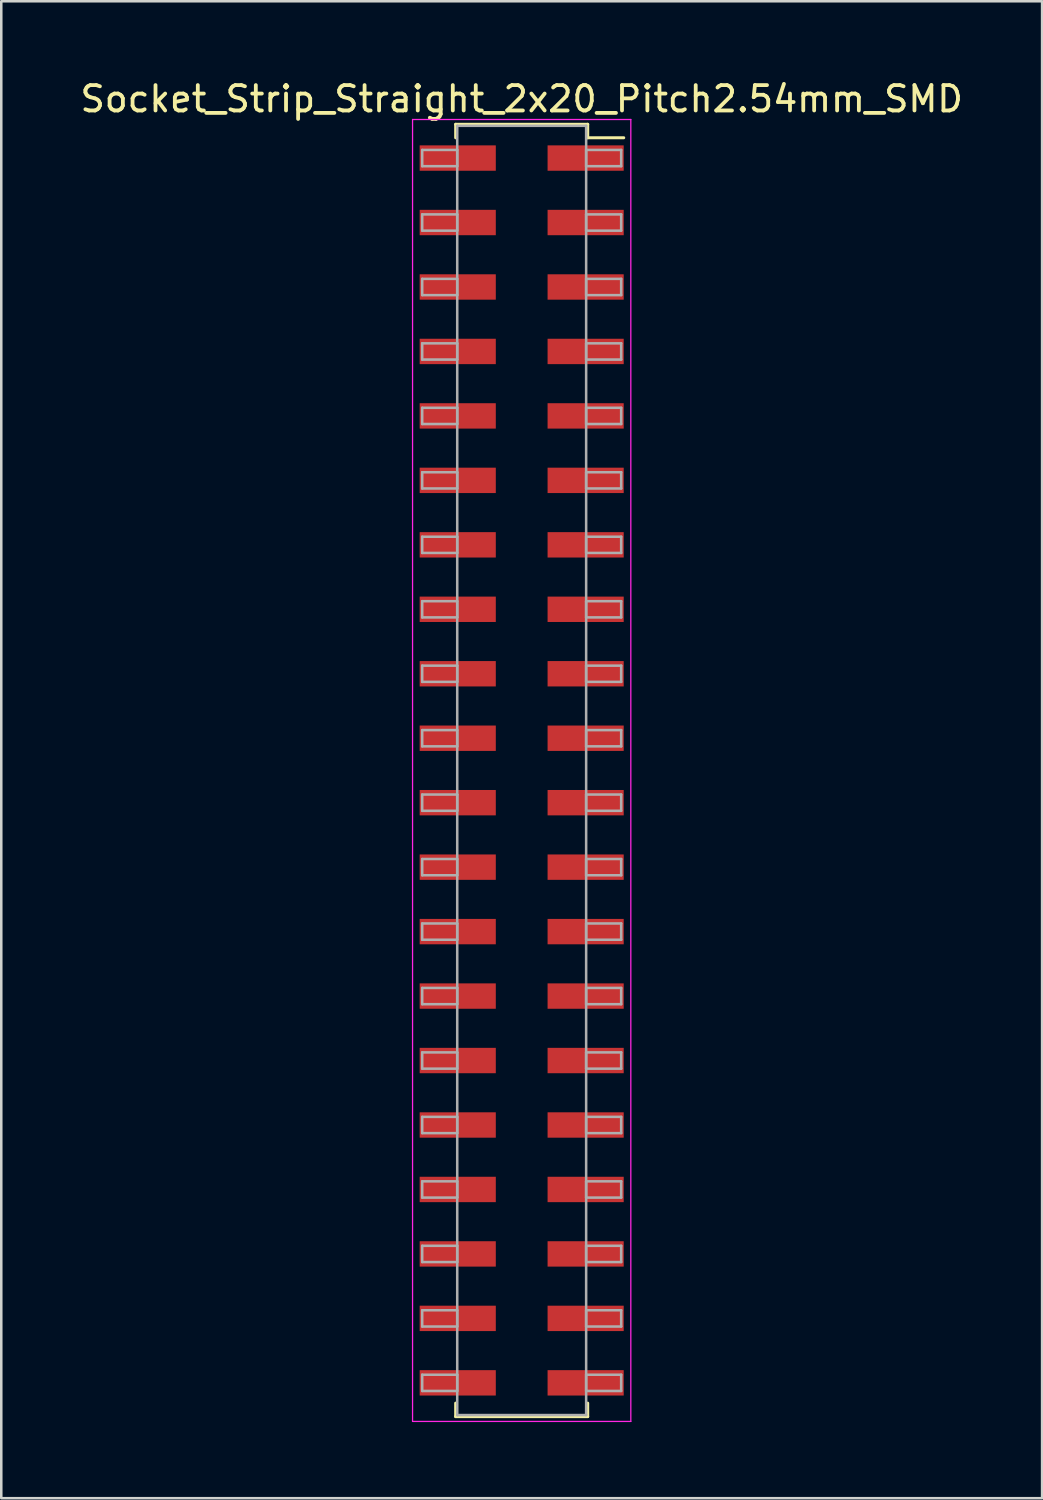
<source format=kicad_pcb>
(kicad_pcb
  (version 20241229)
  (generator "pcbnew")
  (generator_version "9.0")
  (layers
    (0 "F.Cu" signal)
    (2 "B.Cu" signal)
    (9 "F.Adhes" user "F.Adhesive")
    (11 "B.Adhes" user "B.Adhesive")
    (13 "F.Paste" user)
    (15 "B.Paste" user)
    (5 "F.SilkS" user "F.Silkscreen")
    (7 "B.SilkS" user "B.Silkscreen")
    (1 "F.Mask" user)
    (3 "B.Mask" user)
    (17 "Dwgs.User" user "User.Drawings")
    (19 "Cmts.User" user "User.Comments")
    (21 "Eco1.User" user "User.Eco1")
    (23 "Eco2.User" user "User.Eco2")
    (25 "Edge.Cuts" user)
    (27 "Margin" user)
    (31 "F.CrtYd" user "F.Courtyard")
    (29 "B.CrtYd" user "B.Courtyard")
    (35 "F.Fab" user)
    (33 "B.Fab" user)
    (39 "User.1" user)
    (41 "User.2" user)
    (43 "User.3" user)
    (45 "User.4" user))
  (footprint "Socket_Strip_Straight_2x20_Pitch2.54mm_SMD"
    (layer "F.Cu")
    (at 17.506 27.308)
    (property "Reference" "Socket_Strip_Straight_2x20_Pitch2.54mm_SMD" (at 0 -26.46 0) (layer "F.SilkS") (effects (font (size 1 1) (thickness 0.15))))
    (attr smd)
    (fp_line (start -2.6 -25.46) (end 2.6 -25.46) (stroke (width 0.12) (type solid)) (layer "F.SilkS"))
    (fp_line (start -2.6 -24.93) (end -2.6 -25.46) (stroke (width 0.12) (type solid)) (layer "F.SilkS"))
    (fp_line (start -2.6 24.93) (end -2.6 25.46) (stroke (width 0.12) (type solid)) (layer "F.SilkS"))
    (fp_line (start -2.6 25.46) (end 2.6 25.46) (stroke (width 0.12) (type solid)) (layer "F.SilkS"))
    (fp_line (start 2.6 -25.46) (end 2.6 -24.93) (stroke (width 0.12) (type solid)) (layer "F.SilkS"))
    (fp_line (start 2.6 25.46) (end 2.6 24.93) (stroke (width 0.12) (type solid)) (layer "F.SilkS"))
    (fp_line (start 4.02 -24.93) (end 2.6 -24.93) (stroke (width 0.12) (type solid)) (layer "F.SilkS"))
    (fp_line (start -4.3 -25.65) (end -4.3 25.65) (stroke (width 0.05) (type solid)) (layer "F.CrtYd"))
    (fp_line (start -4.3 25.65) (end 4.3 25.65) (stroke (width 0.05) (type solid)) (layer "F.CrtYd"))
    (fp_line (start 4.3 -25.65) (end -4.3 -25.65) (stroke (width 0.05) (type solid)) (layer "F.CrtYd"))
    (fp_line (start 4.3 25.65) (end 4.3 -25.65) (stroke (width 0.05) (type solid)) (layer "F.CrtYd"))
    (fp_line (start -3.92 -24.45) (end -2.54 -24.45) (stroke (width 0.1) (type solid)) (layer "F.Fab"))
    (fp_line (start -3.92 -23.81) (end -3.92 -24.45) (stroke (width 0.1) (type solid)) (layer "F.Fab"))
    (fp_line (start -3.92 -21.91) (end -2.54 -21.91) (stroke (width 0.1) (type solid)) (layer "F.Fab"))
    (fp_line (start -3.92 -21.27) (end -3.92 -21.91) (stroke (width 0.1) (type solid)) (layer "F.Fab"))
    (fp_line (start -3.92 -19.37) (end -2.54 -19.37) (stroke (width 0.1) (type solid)) (layer "F.Fab"))
    (fp_line (start -3.92 -18.73) (end -3.92 -19.37) (stroke (width 0.1) (type solid)) (layer "F.Fab"))
    (fp_line (start -3.92 -16.83) (end -2.54 -16.83) (stroke (width 0.1) (type solid)) (layer "F.Fab"))
    (fp_line (start -3.92 -16.19) (end -3.92 -16.83) (stroke (width 0.1) (type solid)) (layer "F.Fab"))
    (fp_line (start -3.92 -14.29) (end -2.54 -14.29) (stroke (width 0.1) (type solid)) (layer "F.Fab"))
    (fp_line (start -3.92 -13.65) (end -3.92 -14.29) (stroke (width 0.1) (type solid)) (layer "F.Fab"))
    (fp_line (start -3.92 -11.75) (end -2.54 -11.75) (stroke (width 0.1) (type solid)) (layer "F.Fab"))
    (fp_line (start -3.92 -11.11) (end -3.92 -11.75) (stroke (width 0.1) (type solid)) (layer "F.Fab"))
    (fp_line (start -3.92 -9.21) (end -2.54 -9.21) (stroke (width 0.1) (type solid)) (layer "F.Fab"))
    (fp_line (start -3.92 -8.57) (end -3.92 -9.21) (stroke (width 0.1) (type solid)) (layer "F.Fab"))
    (fp_line (start -3.92 -6.67) (end -2.54 -6.67) (stroke (width 0.1) (type solid)) (layer "F.Fab"))
    (fp_line (start -3.92 -6.03) (end -3.92 -6.67) (stroke (width 0.1) (type solid)) (layer "F.Fab"))
    (fp_line (start -3.92 -4.13) (end -2.54 -4.13) (stroke (width 0.1) (type solid)) (layer "F.Fab"))
    (fp_line (start -3.92 -3.49) (end -3.92 -4.13) (stroke (width 0.1) (type solid)) (layer "F.Fab"))
    (fp_line (start -3.92 -1.59) (end -2.54 -1.59) (stroke (width 0.1) (type solid)) (layer "F.Fab"))
    (fp_line (start -3.92 -0.95) (end -3.92 -1.59) (stroke (width 0.1) (type solid)) (layer "F.Fab"))
    (fp_line (start -3.92 0.95) (end -2.54 0.95) (stroke (width 0.1) (type solid)) (layer "F.Fab"))
    (fp_line (start -3.92 1.59) (end -3.92 0.95) (stroke (width 0.1) (type solid)) (layer "F.Fab"))
    (fp_line (start -3.92 3.49) (end -2.54 3.49) (stroke (width 0.1) (type solid)) (layer "F.Fab"))
    (fp_line (start -3.92 4.13) (end -3.92 3.49) (stroke (width 0.1) (type solid)) (layer "F.Fab"))
    (fp_line (start -3.92 6.03) (end -2.54 6.03) (stroke (width 0.1) (type solid)) (layer "F.Fab"))
    (fp_line (start -3.92 6.67) (end -3.92 6.03) (stroke (width 0.1) (type solid)) (layer "F.Fab"))
    (fp_line (start -3.92 8.57) (end -2.54 8.57) (stroke (width 0.1) (type solid)) (layer "F.Fab"))
    (fp_line (start -3.92 9.21) (end -3.92 8.57) (stroke (width 0.1) (type solid)) (layer "F.Fab"))
    (fp_line (start -3.92 11.11) (end -2.54 11.11) (stroke (width 0.1) (type solid)) (layer "F.Fab"))
    (fp_line (start -3.92 11.75) (end -3.92 11.11) (stroke (width 0.1) (type solid)) (layer "F.Fab"))
    (fp_line (start -3.92 13.65) (end -2.54 13.65) (stroke (width 0.1) (type solid)) (layer "F.Fab"))
    (fp_line (start -3.92 14.29) (end -3.92 13.65) (stroke (width 0.1) (type solid)) (layer "F.Fab"))
    (fp_line (start -3.92 16.19) (end -2.54 16.19) (stroke (width 0.1) (type solid)) (layer "F.Fab"))
    (fp_line (start -3.92 16.83) (end -3.92 16.19) (stroke (width 0.1) (type solid)) (layer "F.Fab"))
    (fp_line (start -3.92 18.73) (end -2.54 18.73) (stroke (width 0.1) (type solid)) (layer "F.Fab"))
    (fp_line (start -3.92 19.37) (end -3.92 18.73) (stroke (width 0.1) (type solid)) (layer "F.Fab"))
    (fp_line (start -3.92 21.27) (end -2.54 21.27) (stroke (width 0.1) (type solid)) (layer "F.Fab"))
    (fp_line (start -3.92 21.91) (end -3.92 21.27) (stroke (width 0.1) (type solid)) (layer "F.Fab"))
    (fp_line (start -3.92 23.81) (end -2.54 23.81) (stroke (width 0.1) (type solid)) (layer "F.Fab"))
    (fp_line (start -3.92 24.45) (end -3.92 23.81) (stroke (width 0.1) (type solid)) (layer "F.Fab"))
    (fp_line (start -2.54 -25.4) (end -2.54 25.4) (stroke (width 0.1) (type solid)) (layer "F.Fab"))
    (fp_line (start -2.54 -24.45) (end -2.54 -23.81) (stroke (width 0.1) (type solid)) (layer "F.Fab"))
    (fp_line (start -2.54 -23.81) (end -3.92 -23.81) (stroke (width 0.1) (type solid)) (layer "F.Fab"))
    (fp_line (start -2.54 -21.91) (end -2.54 -21.27) (stroke (width 0.1) (type solid)) (layer "F.Fab"))
    (fp_line (start -2.54 -21.27) (end -3.92 -21.27) (stroke (width 0.1) (type solid)) (layer "F.Fab"))
    (fp_line (start -2.54 -19.37) (end -2.54 -18.73) (stroke (width 0.1) (type solid)) (layer "F.Fab"))
    (fp_line (start -2.54 -18.73) (end -3.92 -18.73) (stroke (width 0.1) (type solid)) (layer "F.Fab"))
    (fp_line (start -2.54 -16.83) (end -2.54 -16.19) (stroke (width 0.1) (type solid)) (layer "F.Fab"))
    (fp_line (start -2.54 -16.19) (end -3.92 -16.19) (stroke (width 0.1) (type solid)) (layer "F.Fab"))
    (fp_line (start -2.54 -14.29) (end -2.54 -13.65) (stroke (width 0.1) (type solid)) (layer "F.Fab"))
    (fp_line (start -2.54 -13.65) (end -3.92 -13.65) (stroke (width 0.1) (type solid)) (layer "F.Fab"))
    (fp_line (start -2.54 -11.75) (end -2.54 -11.11) (stroke (width 0.1) (type solid)) (layer "F.Fab"))
    (fp_line (start -2.54 -11.11) (end -3.92 -11.11) (stroke (width 0.1) (type solid)) (layer "F.Fab"))
    (fp_line (start -2.54 -9.21) (end -2.54 -8.57) (stroke (width 0.1) (type solid)) (layer "F.Fab"))
    (fp_line (start -2.54 -8.57) (end -3.92 -8.57) (stroke (width 0.1) (type solid)) (layer "F.Fab"))
    (fp_line (start -2.54 -6.67) (end -2.54 -6.03) (stroke (width 0.1) (type solid)) (layer "F.Fab"))
    (fp_line (start -2.54 -6.03) (end -3.92 -6.03) (stroke (width 0.1) (type solid)) (layer "F.Fab"))
    (fp_line (start -2.54 -4.13) (end -2.54 -3.49) (stroke (width 0.1) (type solid)) (layer "F.Fab"))
    (fp_line (start -2.54 -3.49) (end -3.92 -3.49) (stroke (width 0.1) (type solid)) (layer "F.Fab"))
    (fp_line (start -2.54 -1.59) (end -2.54 -0.95) (stroke (width 0.1) (type solid)) (layer "F.Fab"))
    (fp_line (start -2.54 -0.95) (end -3.92 -0.95) (stroke (width 0.1) (type solid)) (layer "F.Fab"))
    (fp_line (start -2.54 0.95) (end -2.54 1.59) (stroke (width 0.1) (type solid)) (layer "F.Fab"))
    (fp_line (start -2.54 1.59) (end -3.92 1.59) (stroke (width 0.1) (type solid)) (layer "F.Fab"))
    (fp_line (start -2.54 3.49) (end -2.54 4.13) (stroke (width 0.1) (type solid)) (layer "F.Fab"))
    (fp_line (start -2.54 4.13) (end -3.92 4.13) (stroke (width 0.1) (type solid)) (layer "F.Fab"))
    (fp_line (start -2.54 6.03) (end -2.54 6.67) (stroke (width 0.1) (type solid)) (layer "F.Fab"))
    (fp_line (start -2.54 6.67) (end -3.92 6.67) (stroke (width 0.1) (type solid)) (layer "F.Fab"))
    (fp_line (start -2.54 8.57) (end -2.54 9.21) (stroke (width 0.1) (type solid)) (layer "F.Fab"))
    (fp_line (start -2.54 9.21) (end -3.92 9.21) (stroke (width 0.1) (type solid)) (layer "F.Fab"))
    (fp_line (start -2.54 11.11) (end -2.54 11.75) (stroke (width 0.1) (type solid)) (layer "F.Fab"))
    (fp_line (start -2.54 11.75) (end -3.92 11.75) (stroke (width 0.1) (type solid)) (layer "F.Fab"))
    (fp_line (start -2.54 13.65) (end -2.54 14.29) (stroke (width 0.1) (type solid)) (layer "F.Fab"))
    (fp_line (start -2.54 14.29) (end -3.92 14.29) (stroke (width 0.1) (type solid)) (layer "F.Fab"))
    (fp_line (start -2.54 16.19) (end -2.54 16.83) (stroke (width 0.1) (type solid)) (layer "F.Fab"))
    (fp_line (start -2.54 16.83) (end -3.92 16.83) (stroke (width 0.1) (type solid)) (layer "F.Fab"))
    (fp_line (start -2.54 18.73) (end -2.54 19.37) (stroke (width 0.1) (type solid)) (layer "F.Fab"))
    (fp_line (start -2.54 19.37) (end -3.92 19.37) (stroke (width 0.1) (type solid)) (layer "F.Fab"))
    (fp_line (start -2.54 21.27) (end -2.54 21.91) (stroke (width 0.1) (type solid)) (layer "F.Fab"))
    (fp_line (start -2.54 21.91) (end -3.92 21.91) (stroke (width 0.1) (type solid)) (layer "F.Fab"))
    (fp_line (start -2.54 23.81) (end -2.54 24.45) (stroke (width 0.1) (type solid)) (layer "F.Fab"))
    (fp_line (start -2.54 24.45) (end -3.92 24.45) (stroke (width 0.1) (type solid)) (layer "F.Fab"))
    (fp_line (start -2.54 25.4) (end 2.54 25.4) (stroke (width 0.1) (type solid)) (layer "F.Fab"))
    (fp_line (start 2.54 -25.4) (end -2.54 -25.4) (stroke (width 0.1) (type solid)) (layer "F.Fab"))
    (fp_line (start 2.54 -24.45) (end 2.54 -23.81) (stroke (width 0.1) (type solid)) (layer "F.Fab"))
    (fp_line (start 2.54 -23.81) (end 3.92 -23.81) (stroke (width 0.1) (type solid)) (layer "F.Fab"))
    (fp_line (start 2.54 -21.91) (end 2.54 -21.27) (stroke (width 0.1) (type solid)) (layer "F.Fab"))
    (fp_line (start 2.54 -21.27) (end 3.92 -21.27) (stroke (width 0.1) (type solid)) (layer "F.Fab"))
    (fp_line (start 2.54 -19.37) (end 2.54 -18.73) (stroke (width 0.1) (type solid)) (layer "F.Fab"))
    (fp_line (start 2.54 -18.73) (end 3.92 -18.73) (stroke (width 0.1) (type solid)) (layer "F.Fab"))
    (fp_line (start 2.54 -16.83) (end 2.54 -16.19) (stroke (width 0.1) (type solid)) (layer "F.Fab"))
    (fp_line (start 2.54 -16.19) (end 3.92 -16.19) (stroke (width 0.1) (type solid)) (layer "F.Fab"))
    (fp_line (start 2.54 -14.29) (end 2.54 -13.65) (stroke (width 0.1) (type solid)) (layer "F.Fab"))
    (fp_line (start 2.54 -13.65) (end 3.92 -13.65) (stroke (width 0.1) (type solid)) (layer "F.Fab"))
    (fp_line (start 2.54 -11.75) (end 2.54 -11.11) (stroke (width 0.1) (type solid)) (layer "F.Fab"))
    (fp_line (start 2.54 -11.11) (end 3.92 -11.11) (stroke (width 0.1) (type solid)) (layer "F.Fab"))
    (fp_line (start 2.54 -9.21) (end 2.54 -8.57) (stroke (width 0.1) (type solid)) (layer "F.Fab"))
    (fp_line (start 2.54 -8.57) (end 3.92 -8.57) (stroke (width 0.1) (type solid)) (layer "F.Fab"))
    (fp_line (start 2.54 -6.67) (end 2.54 -6.03) (stroke (width 0.1) (type solid)) (layer "F.Fab"))
    (fp_line (start 2.54 -6.03) (end 3.92 -6.03) (stroke (width 0.1) (type solid)) (layer "F.Fab"))
    (fp_line (start 2.54 -4.13) (end 2.54 -3.49) (stroke (width 0.1) (type solid)) (layer "F.Fab"))
    (fp_line (start 2.54 -3.49) (end 3.92 -3.49) (stroke (width 0.1) (type solid)) (layer "F.Fab"))
    (fp_line (start 2.54 -1.59) (end 2.54 -0.95) (stroke (width 0.1) (type solid)) (layer "F.Fab"))
    (fp_line (start 2.54 -0.95) (end 3.92 -0.95) (stroke (width 0.1) (type solid)) (layer "F.Fab"))
    (fp_line (start 2.54 0.95) (end 2.54 1.59) (stroke (width 0.1) (type solid)) (layer "F.Fab"))
    (fp_line (start 2.54 1.59) (end 3.92 1.59) (stroke (width 0.1) (type solid)) (layer "F.Fab"))
    (fp_line (start 2.54 3.49) (end 2.54 4.13) (stroke (width 0.1) (type solid)) (layer "F.Fab"))
    (fp_line (start 2.54 4.13) (end 3.92 4.13) (stroke (width 0.1) (type solid)) (layer "F.Fab"))
    (fp_line (start 2.54 6.03) (end 2.54 6.67) (stroke (width 0.1) (type solid)) (layer "F.Fab"))
    (fp_line (start 2.54 6.67) (end 3.92 6.67) (stroke (width 0.1) (type solid)) (layer "F.Fab"))
    (fp_line (start 2.54 8.57) (end 2.54 9.21) (stroke (width 0.1) (type solid)) (layer "F.Fab"))
    (fp_line (start 2.54 9.21) (end 3.92 9.21) (stroke (width 0.1) (type solid)) (layer "F.Fab"))
    (fp_line (start 2.54 11.11) (end 2.54 11.75) (stroke (width 0.1) (type solid)) (layer "F.Fab"))
    (fp_line (start 2.54 11.75) (end 3.92 11.75) (stroke (width 0.1) (type solid)) (layer "F.Fab"))
    (fp_line (start 2.54 13.65) (end 2.54 14.29) (stroke (width 0.1) (type solid)) (layer "F.Fab"))
    (fp_line (start 2.54 14.29) (end 3.92 14.29) (stroke (width 0.1) (type solid)) (layer "F.Fab"))
    (fp_line (start 2.54 16.19) (end 2.54 16.83) (stroke (width 0.1) (type solid)) (layer "F.Fab"))
    (fp_line (start 2.54 16.83) (end 3.92 16.83) (stroke (width 0.1) (type solid)) (layer "F.Fab"))
    (fp_line (start 2.54 18.73) (end 2.54 19.37) (stroke (width 0.1) (type solid)) (layer "F.Fab"))
    (fp_line (start 2.54 19.37) (end 3.92 19.37) (stroke (width 0.1) (type solid)) (layer "F.Fab"))
    (fp_line (start 2.54 21.27) (end 2.54 21.91) (stroke (width 0.1) (type solid)) (layer "F.Fab"))
    (fp_line (start 2.54 21.91) (end 3.92 21.91) (stroke (width 0.1) (type solid)) (layer "F.Fab"))
    (fp_line (start 2.54 23.81) (end 2.54 24.45) (stroke (width 0.1) (type solid)) (layer "F.Fab"))
    (fp_line (start 2.54 24.45) (end 3.92 24.45) (stroke (width 0.1) (type solid)) (layer "F.Fab"))
    (fp_line (start 2.54 25.4) (end 2.54 -25.4) (stroke (width 0.1) (type solid)) (layer "F.Fab"))
    (fp_line (start 3.92 -24.45) (end 2.54 -24.45) (stroke (width 0.1) (type solid)) (layer "F.Fab"))
    (fp_line (start 3.92 -23.81) (end 3.92 -24.45) (stroke (width 0.1) (type solid)) (layer "F.Fab"))
    (fp_line (start 3.92 -21.91) (end 2.54 -21.91) (stroke (width 0.1) (type solid)) (layer "F.Fab"))
    (fp_line (start 3.92 -21.27) (end 3.92 -21.91) (stroke (width 0.1) (type solid)) (layer "F.Fab"))
    (fp_line (start 3.92 -19.37) (end 2.54 -19.37) (stroke (width 0.1) (type solid)) (layer "F.Fab"))
    (fp_line (start 3.92 -18.73) (end 3.92 -19.37) (stroke (width 0.1) (type solid)) (layer "F.Fab"))
    (fp_line (start 3.92 -16.83) (end 2.54 -16.83) (stroke (width 0.1) (type solid)) (layer "F.Fab"))
    (fp_line (start 3.92 -16.19) (end 3.92 -16.83) (stroke (width 0.1) (type solid)) (layer "F.Fab"))
    (fp_line (start 3.92 -14.29) (end 2.54 -14.29) (stroke (width 0.1) (type solid)) (layer "F.Fab"))
    (fp_line (start 3.92 -13.65) (end 3.92 -14.29) (stroke (width 0.1) (type solid)) (layer "F.Fab"))
    (fp_line (start 3.92 -11.75) (end 2.54 -11.75) (stroke (width 0.1) (type solid)) (layer "F.Fab"))
    (fp_line (start 3.92 -11.11) (end 3.92 -11.75) (stroke (width 0.1) (type solid)) (layer "F.Fab"))
    (fp_line (start 3.92 -9.21) (end 2.54 -9.21) (stroke (width 0.1) (type solid)) (layer "F.Fab"))
    (fp_line (start 3.92 -8.57) (end 3.92 -9.21) (stroke (width 0.1) (type solid)) (layer "F.Fab"))
    (fp_line (start 3.92 -6.67) (end 2.54 -6.67) (stroke (width 0.1) (type solid)) (layer "F.Fab"))
    (fp_line (start 3.92 -6.03) (end 3.92 -6.67) (stroke (width 0.1) (type solid)) (layer "F.Fab"))
    (fp_line (start 3.92 -4.13) (end 2.54 -4.13) (stroke (width 0.1) (type solid)) (layer "F.Fab"))
    (fp_line (start 3.92 -3.49) (end 3.92 -4.13) (stroke (width 0.1) (type solid)) (layer "F.Fab"))
    (fp_line (start 3.92 -1.59) (end 2.54 -1.59) (stroke (width 0.1) (type solid)) (layer "F.Fab"))
    (fp_line (start 3.92 -0.95) (end 3.92 -1.59) (stroke (width 0.1) (type solid)) (layer "F.Fab"))
    (fp_line (start 3.92 0.95) (end 2.54 0.95) (stroke (width 0.1) (type solid)) (layer "F.Fab"))
    (fp_line (start 3.92 1.59) (end 3.92 0.95) (stroke (width 0.1) (type solid)) (layer "F.Fab"))
    (fp_line (start 3.92 3.49) (end 2.54 3.49) (stroke (width 0.1) (type solid)) (layer "F.Fab"))
    (fp_line (start 3.92 4.13) (end 3.92 3.49) (stroke (width 0.1) (type solid)) (layer "F.Fab"))
    (fp_line (start 3.92 6.03) (end 2.54 6.03) (stroke (width 0.1) (type solid)) (layer "F.Fab"))
    (fp_line (start 3.92 6.67) (end 3.92 6.03) (stroke (width 0.1) (type solid)) (layer "F.Fab"))
    (fp_line (start 3.92 8.57) (end 2.54 8.57) (stroke (width 0.1) (type solid)) (layer "F.Fab"))
    (fp_line (start 3.92 9.21) (end 3.92 8.57) (stroke (width 0.1) (type solid)) (layer "F.Fab"))
    (fp_line (start 3.92 11.11) (end 2.54 11.11) (stroke (width 0.1) (type solid)) (layer "F.Fab"))
    (fp_line (start 3.92 11.75) (end 3.92 11.11) (stroke (width 0.1) (type solid)) (layer "F.Fab"))
    (fp_line (start 3.92 13.65) (end 2.54 13.65) (stroke (width 0.1) (type solid)) (layer "F.Fab"))
    (fp_line (start 3.92 14.29) (end 3.92 13.65) (stroke (width 0.1) (type solid)) (layer "F.Fab"))
    (fp_line (start 3.92 16.19) (end 2.54 16.19) (stroke (width 0.1) (type solid)) (layer "F.Fab"))
    (fp_line (start 3.92 16.83) (end 3.92 16.19) (stroke (width 0.1) (type solid)) (layer "F.Fab"))
    (fp_line (start 3.92 18.73) (end 2.54 18.73) (stroke (width 0.1) (type solid)) (layer "F.Fab"))
    (fp_line (start 3.92 19.37) (end 3.92 18.73) (stroke (width 0.1) (type solid)) (layer "F.Fab"))
    (fp_line (start 3.92 21.27) (end 2.54 21.27) (stroke (width 0.1) (type solid)) (layer "F.Fab"))
    (fp_line (start 3.92 21.91) (end 3.92 21.27) (stroke (width 0.1) (type solid)) (layer "F.Fab"))
    (fp_line (start 3.92 23.81) (end 2.54 23.81) (stroke (width 0.1) (type solid)) (layer "F.Fab"))
    (fp_line (start 3.92 24.45) (end 3.92 23.81) (stroke (width 0.1) (type solid)) (layer "F.Fab"))
    (pad "1" smd rect (at 2.52 -24.13) (size 3 1) (layers "F.Cu" "F.Mask"))
    (pad "2" smd rect (at -2.52 -24.13) (size 3 1) (layers "F.Cu" "F.Mask"))
    (pad "3" smd rect (at 2.52 -21.59) (size 3 1) (layers "F.Cu" "F.Mask"))
    (pad "4" smd rect (at -2.52 -21.59) (size 3 1) (layers "F.Cu" "F.Mask"))
    (pad "5" smd rect (at 2.52 -19.05) (size 3 1) (layers "F.Cu" "F.Mask"))
    (pad "6" smd rect (at -2.52 -19.05) (size 3 1) (layers "F.Cu" "F.Mask"))
    (pad "7" smd rect (at 2.52 -16.51) (size 3 1) (layers "F.Cu" "F.Mask"))
    (pad "8" smd rect (at -2.52 -16.51) (size 3 1) (layers "F.Cu" "F.Mask"))
    (pad "9" smd rect (at 2.52 -13.97) (size 3 1) (layers "F.Cu" "F.Mask"))
    (pad "10" smd rect (at -2.52 -13.97) (size 3 1) (layers "F.Cu" "F.Mask"))
    (pad "11" smd rect (at 2.52 -11.43) (size 3 1) (layers "F.Cu" "F.Mask"))
    (pad "12" smd rect (at -2.52 -11.43) (size 3 1) (layers "F.Cu" "F.Mask"))
    (pad "13" smd rect (at 2.52 -8.89) (size 3 1) (layers "F.Cu" "F.Mask"))
    (pad "14" smd rect (at -2.52 -8.89) (size 3 1) (layers "F.Cu" "F.Mask"))
    (pad "15" smd rect (at 2.52 -6.35) (size 3 1) (layers "F.Cu" "F.Mask"))
    (pad "16" smd rect (at -2.52 -6.35) (size 3 1) (layers "F.Cu" "F.Mask"))
    (pad "17" smd rect (at 2.52 -3.81) (size 3 1) (layers "F.Cu" "F.Mask"))
    (pad "18" smd rect (at -2.52 -3.81) (size 3 1) (layers "F.Cu" "F.Mask"))
    (pad "19" smd rect (at 2.52 -1.27) (size 3 1) (layers "F.Cu" "F.Mask"))
    (pad "20" smd rect (at -2.52 -1.27) (size 3 1) (layers "F.Cu" "F.Mask"))
    (pad "21" smd rect (at 2.52 1.27) (size 3 1) (layers "F.Cu" "F.Mask"))
    (pad "22" smd rect (at -2.52 1.27) (size 3 1) (layers "F.Cu" "F.Mask"))
    (pad "23" smd rect (at 2.52 3.81) (size 3 1) (layers "F.Cu" "F.Mask"))
    (pad "24" smd rect (at -2.52 3.81) (size 3 1) (layers "F.Cu" "F.Mask"))
    (pad "25" smd rect (at 2.52 6.35) (size 3 1) (layers "F.Cu" "F.Mask"))
    (pad "26" smd rect (at -2.52 6.35) (size 3 1) (layers "F.Cu" "F.Mask"))
    (pad "27" smd rect (at 2.52 8.89) (size 3 1) (layers "F.Cu" "F.Mask"))
    (pad "28" smd rect (at -2.52 8.89) (size 3 1) (layers "F.Cu" "F.Mask"))
    (pad "29" smd rect (at 2.52 11.43) (size 3 1) (layers "F.Cu" "F.Mask"))
    (pad "30" smd rect (at -2.52 11.43) (size 3 1) (layers "F.Cu" "F.Mask"))
    (pad "31" smd rect (at 2.52 13.97) (size 3 1) (layers "F.Cu" "F.Mask"))
    (pad "32" smd rect (at -2.52 13.97) (size 3 1) (layers "F.Cu" "F.Mask"))
    (pad "33" smd rect (at 2.52 16.51) (size 3 1) (layers "F.Cu" "F.Mask"))
    (pad "34" smd rect (at -2.52 16.51) (size 3 1) (layers "F.Cu" "F.Mask"))
    (pad "35" smd rect (at 2.52 19.05) (size 3 1) (layers "F.Cu" "F.Mask"))
    (pad "36" smd rect (at -2.52 19.05) (size 3 1) (layers "F.Cu" "F.Mask"))
    (pad "37" smd rect (at 2.52 21.59) (size 3 1) (layers "F.Cu" "F.Mask"))
    (pad "38" smd rect (at -2.52 21.59) (size 3 1) (layers "F.Cu" "F.Mask"))
    (pad "39" smd rect (at 2.52 24.13) (size 3 1) (layers "F.Cu" "F.Mask"))
    (pad "40" smd rect (at -2.52 24.13) (size 3 1) (layers "F.Cu" "F.Mask")))
  (gr_rect
    (start -3 -3)
    (end 38.012 55.983)
    (stroke (width 0.1) (type default))
    (fill no)
    (layer "Edge.Cuts")))
</source>
